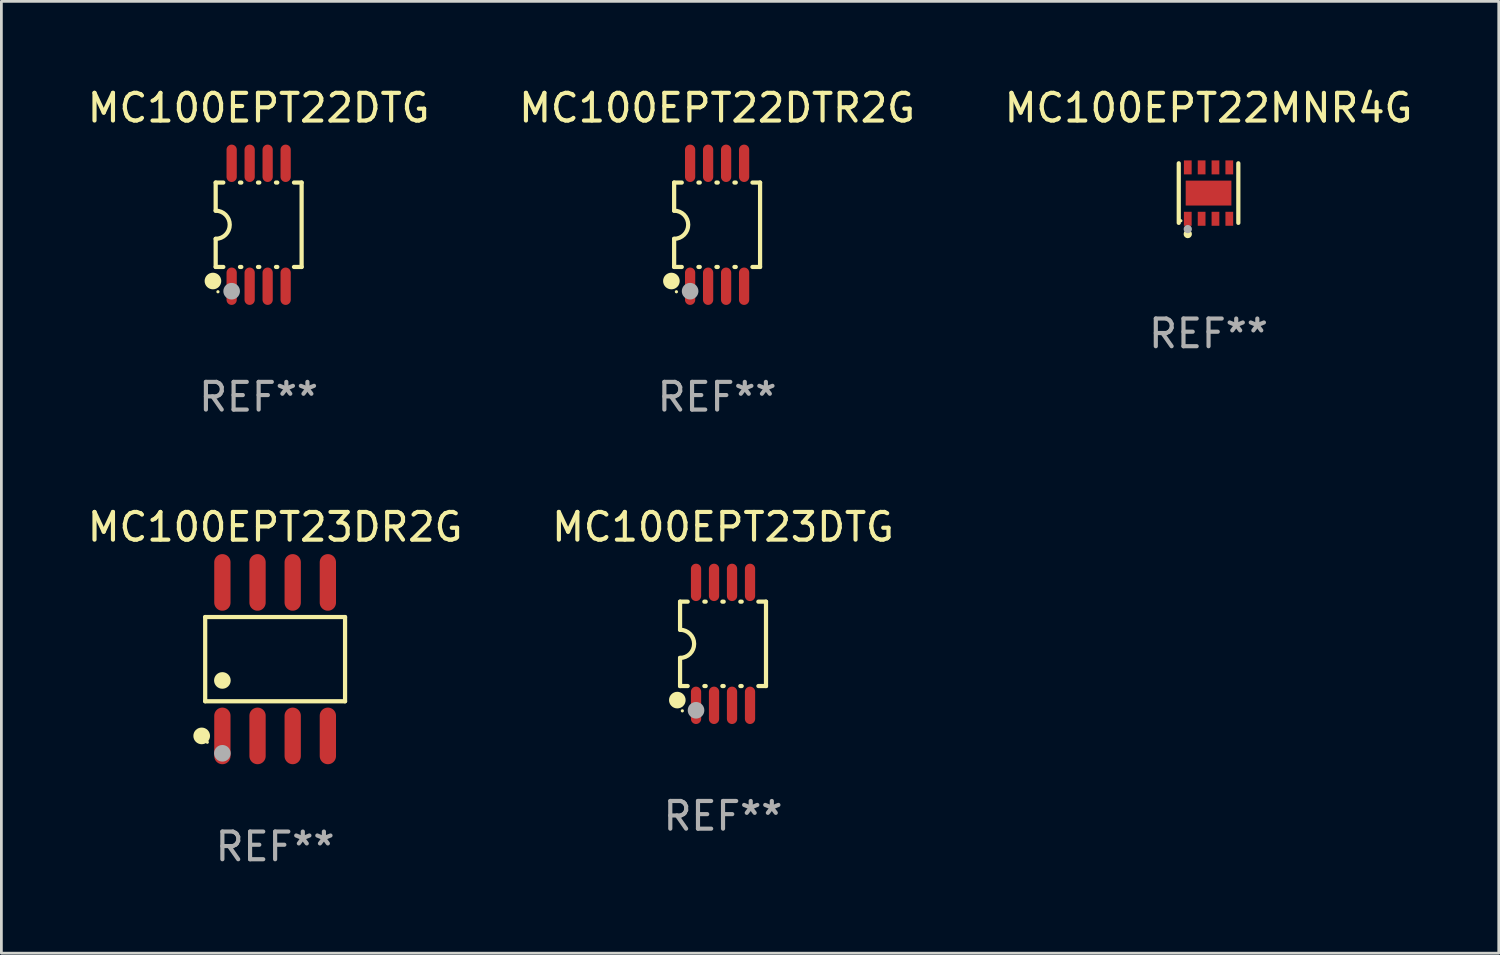
<source format=kicad_pcb>
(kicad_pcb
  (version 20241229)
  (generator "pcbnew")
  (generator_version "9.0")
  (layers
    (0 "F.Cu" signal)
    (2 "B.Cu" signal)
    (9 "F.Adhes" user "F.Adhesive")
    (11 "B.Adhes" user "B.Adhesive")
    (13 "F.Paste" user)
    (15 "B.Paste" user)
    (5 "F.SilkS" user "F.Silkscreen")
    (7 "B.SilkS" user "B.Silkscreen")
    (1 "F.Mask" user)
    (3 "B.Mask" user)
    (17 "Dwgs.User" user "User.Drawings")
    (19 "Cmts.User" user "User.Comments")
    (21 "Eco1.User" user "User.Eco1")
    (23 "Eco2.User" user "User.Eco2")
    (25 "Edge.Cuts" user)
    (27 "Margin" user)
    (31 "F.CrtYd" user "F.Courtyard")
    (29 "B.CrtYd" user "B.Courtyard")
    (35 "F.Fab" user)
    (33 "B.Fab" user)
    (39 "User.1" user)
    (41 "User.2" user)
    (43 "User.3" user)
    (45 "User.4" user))
  (footprint "MC100EPT23DTG"
    (layer "F.Cu")
    (at 23.065 20.205)
    (property "Reference" "MC100EPT23DTG" (at 0 -4.22 0) (layer "F.SilkS") (effects (font (size 1 1) (thickness 0.15))))
    (attr through_hole)
    (fp_line (start -1.552 -1.524) (end -1.276 -1.524) (stroke (width 0.152) (type solid)) (layer "F.SilkS"))
    (fp_line (start -1.552 -0.508) (end -1.552 -1.524) (stroke (width 0.152) (type solid)) (layer "F.SilkS"))
    (fp_line (start -1.552 1.524) (end -1.552 0.508) (stroke (width 0.152) (type solid)) (layer "F.SilkS"))
    (fp_line (start -1.552 1.524) (end -1.276 1.524) (stroke (width 0.152) (type solid)) (layer "F.SilkS"))
    (fp_line (start -0.674 -1.524) (end -0.626 -1.524) (stroke (width 0.152) (type solid)) (layer "F.SilkS"))
    (fp_line (start -0.674 1.524) (end -0.626 1.524) (stroke (width 0.152) (type solid)) (layer "F.SilkS"))
    (fp_line (start -0.024 -1.524) (end 0.024 -1.524) (stroke (width 0.152) (type solid)) (layer "F.SilkS"))
    (fp_line (start -0.024 1.524) (end 0.024 1.524) (stroke (width 0.152) (type solid)) (layer "F.SilkS"))
    (fp_line (start 0.626 -1.524) (end 0.674 -1.524) (stroke (width 0.152) (type solid)) (layer "F.SilkS"))
    (fp_line (start 0.626 1.524) (end 0.674 1.524) (stroke (width 0.152) (type solid)) (layer "F.SilkS"))
    (fp_line (start 1.276 1.524) (end 1.552 1.524) (stroke (width 0.152) (type solid)) (layer "F.SilkS"))
    (fp_line (start 1.276 -1.524) (end 1.552 -1.524) (stroke (width 0.152) (type solid)) (layer "F.SilkS"))
    (fp_line (start 1.552 -1.524) (end 1.552 1.524) (stroke (width 0.152) (type solid)) (layer "F.SilkS"))
    (fp_arc (start -1.551943 -0.508001) (mid -1.043942 0) (end -1.551943 0.508001) (stroke (width 0.151994) (type solid)) (layer "F.SilkS"))
    (fp_circle (center -1.651 2.032) (end -1.501 2.032) (stroke (width 0.3) (type solid)) (fill no) (layer "F.SilkS"))
    (fp_circle (center -1.47 2.42) (end -1.44 2.42) (stroke (width 0.06) (type solid)) (fill no) (layer "F.SilkS"))
    (fp_circle (center -0.975 2.4) (end -0.825 2.4) (stroke (width 0.3) (type solid)) (fill no) (layer "F.Fab"))
    (fp_text user "REF**" (at 0 6.22 0) (layer "F.Fab") (effects (font (size 1 1) (thickness 0.15))))
    (pad "1" smd oval (at -0.975 2.22) (size 0.37 1.35) (layers "F.Cu" "F.Mask" "F.Paste"))
    (pad "2" smd oval (at -0.325 2.22) (size 0.37 1.35) (layers "F.Cu" "F.Mask" "F.Paste"))
    (pad "3" smd oval (at 0.325 2.22) (size 0.37 1.35) (layers "F.Cu" "F.Mask" "F.Paste"))
    (pad "4" smd oval (at 0.975 2.22) (size 0.37 1.35) (layers "F.Cu" "F.Mask" "F.Paste"))
    (pad "5" smd oval (at 0.975 -2.22) (size 0.37 1.35) (layers "F.Cu" "F.Mask" "F.Paste"))
    (pad "6" smd oval (at 0.325 -2.22) (size 0.37 1.35) (layers "F.Cu" "F.Mask" "F.Paste"))
    (pad "7" smd oval (at -0.325 -2.22) (size 0.37 1.35) (layers "F.Cu" "F.Mask" "F.Paste"))
    (pad "8" smd oval (at -0.975 -2.22) (size 0.37 1.35) (layers "F.Cu" "F.Mask" "F.Paste")))
  (footprint "MC100EPT22MNR4G"
    (layer "F.Cu")
    (at 40.601 3.924)
    (property "Reference" "MC100EPT22MNR4G" (at 0 -3.076 0) (layer "F.SilkS") (effects (font (size 1 1) (thickness 0.15))))
    (attr through_hole)
    (fp_line (start -1.076 1.076) (end -1.076 -1.076) (stroke (width 0.152) (type solid)) (layer "F.SilkS"))
    (fp_line (start 1.076 1.076) (end 1.076 -1.076) (stroke (width 0.152) (type solid)) (layer "F.SilkS"))
    (fp_circle (center -1 1) (end -0.97 1) (stroke (width 0.06) (type solid)) (fill no) (layer "F.SilkS"))
    (fp_circle (center -0.75 1.48) (end -0.675 1.48) (stroke (width 0.15) (type solid)) (fill no) (layer "F.SilkS"))
    (fp_circle (center -0.75 1.3) (end -0.675 1.3) (stroke (width 0.15) (type solid)) (fill no) (layer "F.Fab"))
    (fp_text user "REF**" (at 0 5.076 0) (layer "F.Fab") (effects (font (size 1 1) (thickness 0.15))))
    (pad "1" smd rect (at -0.75 0.928) (size 0.28 0.505) (layers "F.Cu" "F.Mask" "F.Paste"))
    (pad "2" smd rect (at -0.25 0.928) (size 0.28 0.505) (layers "F.Cu" "F.Mask" "F.Paste"))
    (pad "3" smd rect (at 0.25 0.928) (size 0.28 0.505) (layers "F.Cu" "F.Mask" "F.Paste"))
    (pad "4" smd rect (at 0.75 0.928) (size 0.28 0.505) (layers "F.Cu" "F.Mask" "F.Paste"))
    (pad "5" smd rect (at 0.75 -0.928) (size 0.28 0.505) (layers "F.Cu" "F.Mask" "F.Paste"))
    (pad "6" smd rect (at 0.25 -0.928) (size 0.28 0.505) (layers "F.Cu" "F.Mask" "F.Paste"))
    (pad "7" smd rect (at -0.25 -0.928) (size 0.28 0.505) (layers "F.Cu" "F.Mask" "F.Paste"))
    (pad "8" smd rect (at -0.75 -0.928) (size 0.28 0.505) (layers "F.Cu" "F.Mask" "F.Paste"))
    (pad "9" smd rect (at 0 0) (size 1.65 0.9) (layers "F.Cu" "F.Mask" "F.Paste")))
  (footprint "MC100EPT23DR2G"
    (layer "F.Cu")
    (at 6.887 20.758)
    (property "Reference" "MC100EPT23DR2G" (at 0 -4.772 0) (layer "F.SilkS") (effects (font (size 1 1) (thickness 0.15))))
    (attr through_hole)
    (fp_line (start -2.526 -1.521) (end 2.526 -1.521) (stroke (width 0.152) (type solid)) (layer "F.SilkS"))
    (fp_line (start -2.526 1.521) (end -2.526 -1.521) (stroke (width 0.152) (type solid)) (layer "F.SilkS"))
    (fp_line (start 2.526 -1.521) (end 2.526 1.521) (stroke (width 0.152) (type solid)) (layer "F.SilkS"))
    (fp_line (start 2.526 1.521) (end -2.526 1.521) (stroke (width 0.152) (type solid)) (layer "F.SilkS"))
    (fp_circle (center -2.652 2.772) (end -2.501 2.772) (stroke (width 0.3) (type solid)) (fill no) (layer "F.SilkS"))
    (fp_circle (center -2.45 3) (end -2.42 3) (stroke (width 0.06) (type solid)) (fill no) (layer "F.SilkS"))
    (fp_circle (center -1.905 0.769) (end -1.755 0.769) (stroke (width 0.3) (type solid)) (fill no) (layer "F.SilkS"))
    (fp_circle (center -1.905 3.4) (end -1.755 3.4) (stroke (width 0.3) (type solid)) (fill no) (layer "F.Fab"))
    (fp_text user "REF**" (at 0 6.772 0) (layer "F.Fab") (effects (font (size 1 1) (thickness 0.15))))
    (pad "1" smd oval (at -1.905 2.772) (size 0.588 2.045) (layers "F.Cu" "F.Mask" "F.Paste"))
    (pad "2" smd oval (at -0.635 2.772) (size 0.588 2.045) (layers "F.Cu" "F.Mask" "F.Paste"))
    (pad "3" smd oval (at 0.635 2.772) (size 0.588 2.045) (layers "F.Cu" "F.Mask" "F.Paste"))
    (pad "4" smd oval (at 1.905 2.772) (size 0.588 2.045) (layers "F.Cu" "F.Mask" "F.Paste"))
    (pad "5" smd oval (at 1.905 -2.772) (size 0.588 2.045) (layers "F.Cu" "F.Mask" "F.Paste"))
    (pad "6" smd oval (at 0.635 -2.772) (size 0.588 2.045) (layers "F.Cu" "F.Mask" "F.Paste"))
    (pad "7" smd oval (at -0.635 -2.772) (size 0.588 2.045) (layers "F.Cu" "F.Mask" "F.Paste"))
    (pad "8" smd oval (at -1.905 -2.772) (size 0.588 2.045) (layers "F.Cu" "F.Mask" "F.Paste")))
  (footprint "MC100EPT22DTG"
    (layer "F.Cu")
    (at 6.292 5.068)
    (property "Reference" "MC100EPT22DTG" (at 0 -4.22 0) (layer "F.SilkS") (effects (font (size 1 1) (thickness 0.15))))
    (attr through_hole)
    (fp_line (start -1.552 -1.524) (end -1.276 -1.524) (stroke (width 0.152) (type solid)) (layer "F.SilkS"))
    (fp_line (start -1.552 -0.508) (end -1.552 -1.524) (stroke (width 0.152) (type solid)) (layer "F.SilkS"))
    (fp_line (start -1.552 1.524) (end -1.552 0.508) (stroke (width 0.152) (type solid)) (layer "F.SilkS"))
    (fp_line (start -1.552 1.524) (end -1.276 1.524) (stroke (width 0.152) (type solid)) (layer "F.SilkS"))
    (fp_line (start -0.674 -1.524) (end -0.626 -1.524) (stroke (width 0.152) (type solid)) (layer "F.SilkS"))
    (fp_line (start -0.674 1.524) (end -0.626 1.524) (stroke (width 0.152) (type solid)) (layer "F.SilkS"))
    (fp_line (start -0.024 -1.524) (end 0.024 -1.524) (stroke (width 0.152) (type solid)) (layer "F.SilkS"))
    (fp_line (start -0.024 1.524) (end 0.024 1.524) (stroke (width 0.152) (type solid)) (layer "F.SilkS"))
    (fp_line (start 0.626 -1.524) (end 0.674 -1.524) (stroke (width 0.152) (type solid)) (layer "F.SilkS"))
    (fp_line (start 0.626 1.524) (end 0.674 1.524) (stroke (width 0.152) (type solid)) (layer "F.SilkS"))
    (fp_line (start 1.276 1.524) (end 1.552 1.524) (stroke (width 0.152) (type solid)) (layer "F.SilkS"))
    (fp_line (start 1.276 -1.524) (end 1.552 -1.524) (stroke (width 0.152) (type solid)) (layer "F.SilkS"))
    (fp_line (start 1.552 -1.524) (end 1.552 1.524) (stroke (width 0.152) (type solid)) (layer "F.SilkS"))
    (fp_arc (start -1.551943 -0.508001) (mid -1.043942 0) (end -1.551943 0.508001) (stroke (width 0.151994) (type solid)) (layer "F.SilkS"))
    (fp_circle (center -1.651 2.032) (end -1.501 2.032) (stroke (width 0.3) (type solid)) (fill no) (layer "F.SilkS"))
    (fp_circle (center -1.47 2.42) (end -1.44 2.42) (stroke (width 0.06) (type solid)) (fill no) (layer "F.SilkS"))
    (fp_circle (center -0.975 2.4) (end -0.825 2.4) (stroke (width 0.3) (type solid)) (fill no) (layer "F.Fab"))
    (fp_text user "REF**" (at 0 6.22 0) (layer "F.Fab") (effects (font (size 1 1) (thickness 0.15))))
    (pad "1" smd oval (at -0.975 2.22) (size 0.37 1.35) (layers "F.Cu" "F.Mask" "F.Paste"))
    (pad "2" smd oval (at -0.325 2.22) (size 0.37 1.35) (layers "F.Cu" "F.Mask" "F.Paste"))
    (pad "3" smd oval (at 0.325 2.22) (size 0.37 1.35) (layers "F.Cu" "F.Mask" "F.Paste"))
    (pad "4" smd oval (at 0.975 2.22) (size 0.37 1.35) (layers "F.Cu" "F.Mask" "F.Paste"))
    (pad "5" smd oval (at 0.975 -2.22) (size 0.37 1.35) (layers "F.Cu" "F.Mask" "F.Paste"))
    (pad "6" smd oval (at 0.325 -2.22) (size 0.37 1.35) (layers "F.Cu" "F.Mask" "F.Paste"))
    (pad "7" smd oval (at -0.325 -2.22) (size 0.37 1.35) (layers "F.Cu" "F.Mask" "F.Paste"))
    (pad "8" smd oval (at -0.975 -2.22) (size 0.37 1.35) (layers "F.Cu" "F.Mask" "F.Paste")))
  (footprint "MC100EPT22DTR2G"
    (layer "F.Cu")
    (at 22.851 5.068)
    (property "Reference" "MC100EPT22DTR2G" (at 0 -4.22 0) (layer "F.SilkS") (effects (font (size 1 1) (thickness 0.15))))
    (attr through_hole)
    (fp_line (start -1.552 -1.524) (end -1.276 -1.524) (stroke (width 0.152) (type solid)) (layer "F.SilkS"))
    (fp_line (start -1.552 -0.508) (end -1.552 -1.524) (stroke (width 0.152) (type solid)) (layer "F.SilkS"))
    (fp_line (start -1.552 1.524) (end -1.552 0.508) (stroke (width 0.152) (type solid)) (layer "F.SilkS"))
    (fp_line (start -1.552 1.524) (end -1.276 1.524) (stroke (width 0.152) (type solid)) (layer "F.SilkS"))
    (fp_line (start -0.674 -1.524) (end -0.626 -1.524) (stroke (width 0.152) (type solid)) (layer "F.SilkS"))
    (fp_line (start -0.674 1.524) (end -0.626 1.524) (stroke (width 0.152) (type solid)) (layer "F.SilkS"))
    (fp_line (start -0.024 -1.524) (end 0.024 -1.524) (stroke (width 0.152) (type solid)) (layer "F.SilkS"))
    (fp_line (start -0.024 1.524) (end 0.024 1.524) (stroke (width 0.152) (type solid)) (layer "F.SilkS"))
    (fp_line (start 0.626 -1.524) (end 0.674 -1.524) (stroke (width 0.152) (type solid)) (layer "F.SilkS"))
    (fp_line (start 0.626 1.524) (end 0.674 1.524) (stroke (width 0.152) (type solid)) (layer "F.SilkS"))
    (fp_line (start 1.276 1.524) (end 1.552 1.524) (stroke (width 0.152) (type solid)) (layer "F.SilkS"))
    (fp_line (start 1.276 -1.524) (end 1.552 -1.524) (stroke (width 0.152) (type solid)) (layer "F.SilkS"))
    (fp_line (start 1.552 -1.524) (end 1.552 1.524) (stroke (width 0.152) (type solid)) (layer "F.SilkS"))
    (fp_arc (start -1.551943 -0.508001) (mid -1.043942 0) (end -1.551943 0.508001) (stroke (width 0.151994) (type solid)) (layer "F.SilkS"))
    (fp_circle (center -1.651 2.032) (end -1.501 2.032) (stroke (width 0.3) (type solid)) (fill no) (layer "F.SilkS"))
    (fp_circle (center -1.47 2.42) (end -1.44 2.42) (stroke (width 0.06) (type solid)) (fill no) (layer "F.SilkS"))
    (fp_circle (center -0.975 2.4) (end -0.825 2.4) (stroke (width 0.3) (type solid)) (fill no) (layer "F.Fab"))
    (fp_text user "REF**" (at 0 6.22 0) (layer "F.Fab") (effects (font (size 1 1) (thickness 0.15))))
    (pad "1" smd oval (at -0.975 2.22) (size 0.37 1.35) (layers "F.Cu" "F.Mask" "F.Paste"))
    (pad "2" smd oval (at -0.325 2.22) (size 0.37 1.35) (layers "F.Cu" "F.Mask" "F.Paste"))
    (pad "3" smd oval (at 0.325 2.22) (size 0.37 1.35) (layers "F.Cu" "F.Mask" "F.Paste"))
    (pad "4" smd oval (at 0.975 2.22) (size 0.37 1.35) (layers "F.Cu" "F.Mask" "F.Paste"))
    (pad "5" smd oval (at 0.975 -2.22) (size 0.37 1.35) (layers "F.Cu" "F.Mask" "F.Paste"))
    (pad "6" smd oval (at 0.325 -2.22) (size 0.37 1.35) (layers "F.Cu" "F.Mask" "F.Paste"))
    (pad "7" smd oval (at -0.325 -2.22) (size 0.37 1.35) (layers "F.Cu" "F.Mask" "F.Paste"))
    (pad "8" smd oval (at -0.975 -2.22) (size 0.37 1.35) (layers "F.Cu" "F.Mask" "F.Paste")))
  (gr_rect
    (start -3 -3)
    (end 51.083 31.378)
    (stroke (width 0.1) (type default))
    (fill no)
    (layer "Edge.Cuts")))
</source>
